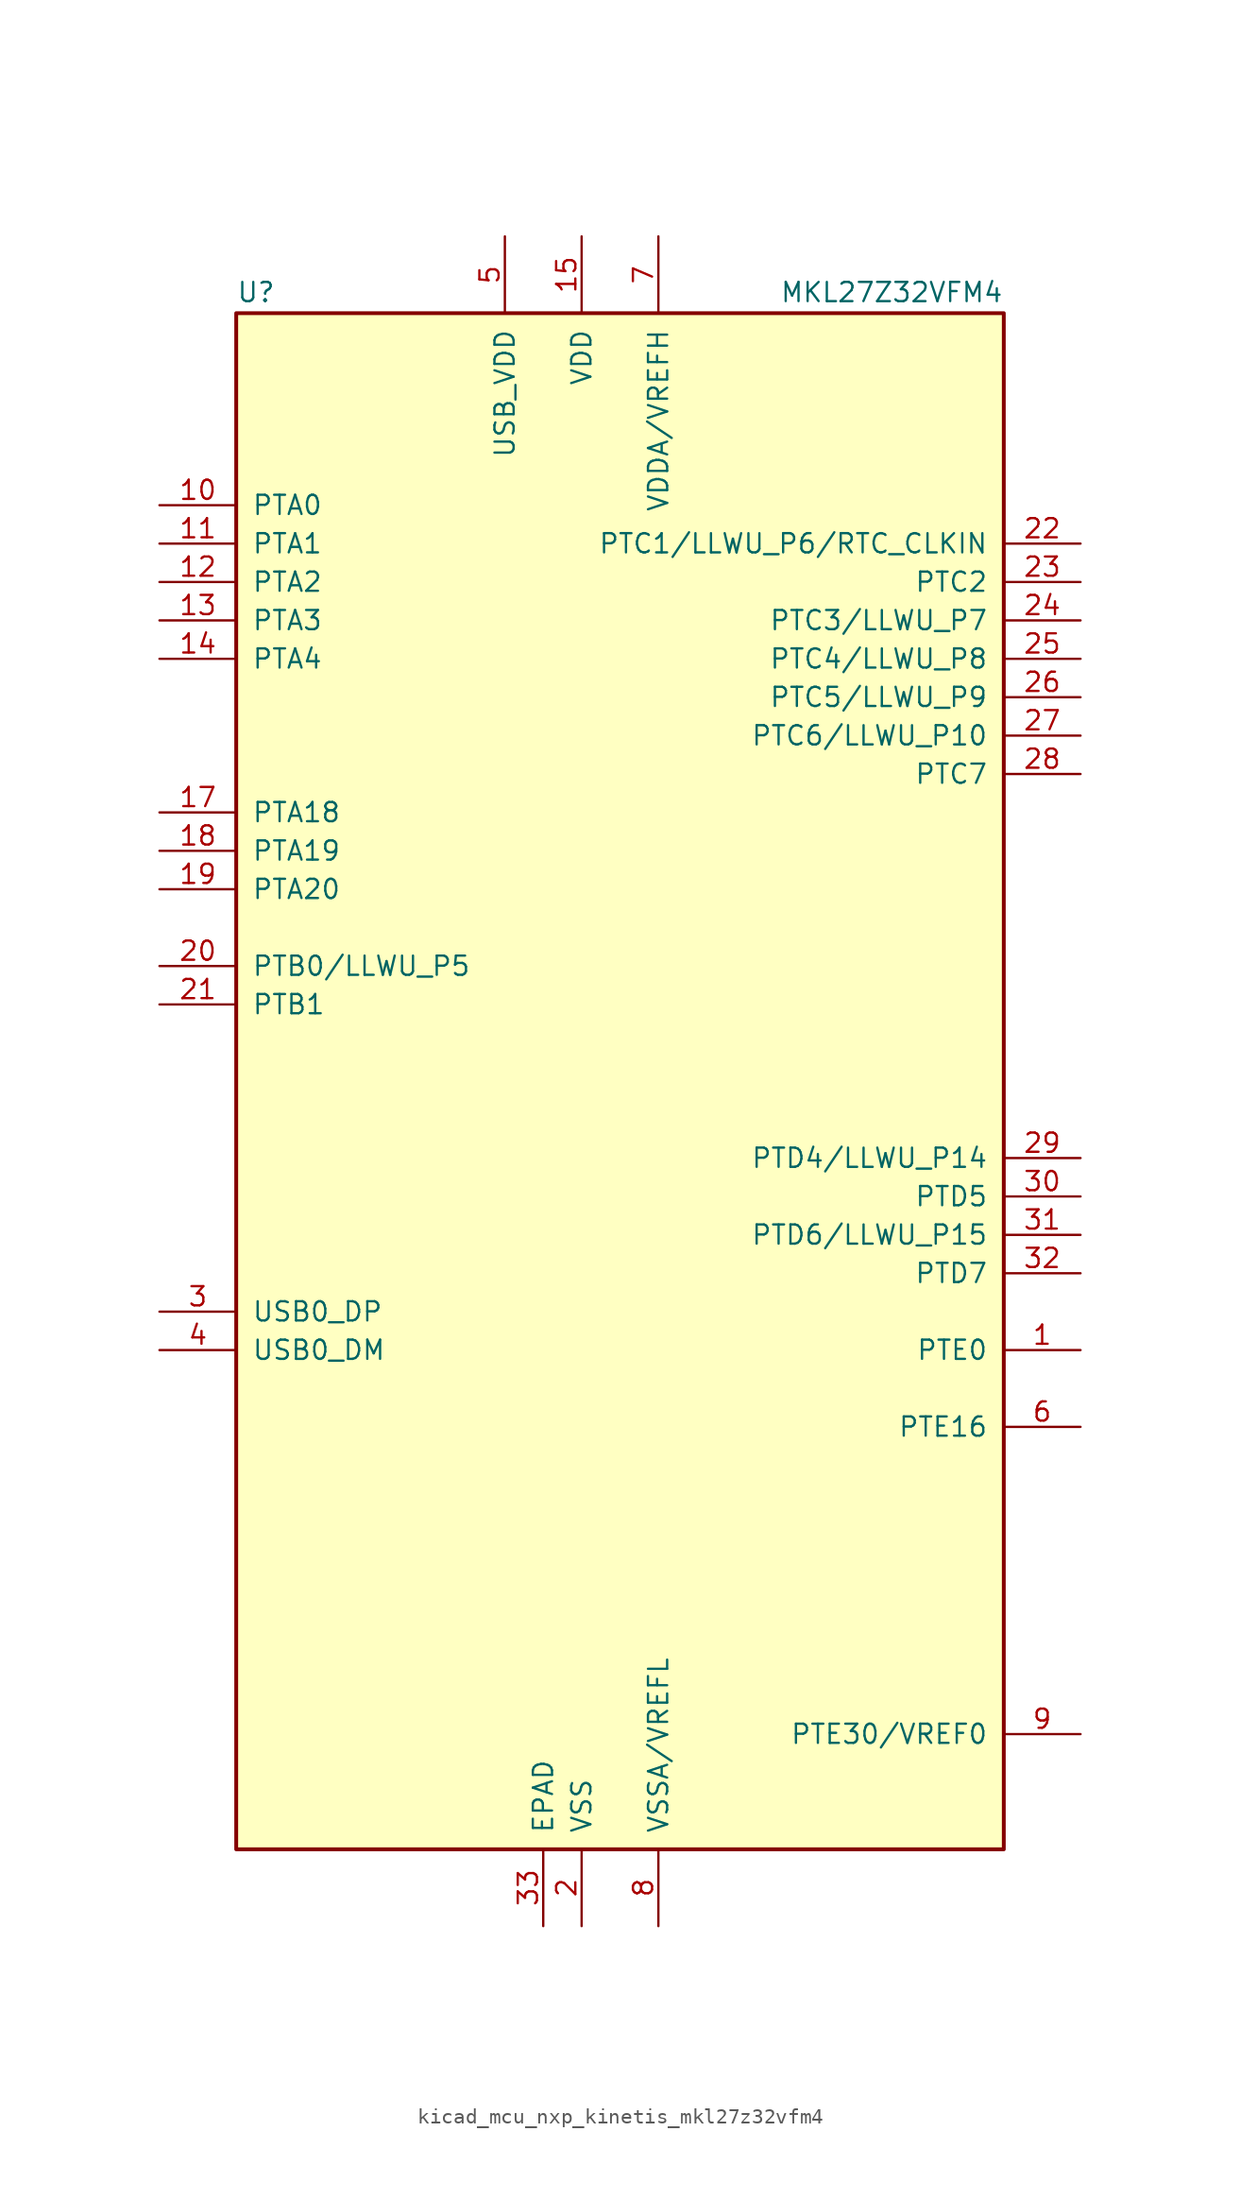
<source format=kicad_sym>
(kicad_symbol_lib
  (version 20220914)
  (generator kicad_symbol_editor)
  (symbol "kicad_mcu_nxp_kinetis_mkl27z32vfm4"
    (pin_names
      (offset 1.016))
    (property "Reference" "U"
      (at -25.4 51.435 0)
      (effects (font (size 1.27 1.27)) (justify left bottom)))
    (property "Value" "MKL27Z32VFM4"
      (at 25.4 51.435 0)
      (effects (font (size 1.27 1.27)) (justify right bottom)))
    (symbol "kicad_mcu_nxp_kinetis_mkl27z32vfm4_0_1"
      (rectangle (start -25.4 50.8) (end 25.4 -50.8) (stroke (width 0.254) (type default)) (fill (type background))))
    (symbol "kicad_mcu_nxp_kinetis_mkl27z32vfm4_1_1"
      (pin bidirectional line (at 30.48 -17.78 180) (length 5.08) (name "PTE0" (effects (font (size 1.27 1.27)))) (number "1" (effects (font (size 1.27 1.27)))))
      (pin bidirectional line (at -30.48 38.1 0) (length 5.08) (name "PTA0" (effects (font (size 1.27 1.27)))) (number "10" (effects (font (size 1.27 1.27)))))
      (pin bidirectional line (at -30.48 35.56 0) (length 5.08) (name "PTA1" (effects (font (size 1.27 1.27)))) (number "11" (effects (font (size 1.27 1.27)))))
      (pin bidirectional line (at -30.48 33.02 0) (length 5.08) (name "PTA2" (effects (font (size 1.27 1.27)))) (number "12" (effects (font (size 1.27 1.27)))))
      (pin bidirectional line (at -30.48 30.48 0) (length 5.08) (name "PTA3" (effects (font (size 1.27 1.27)))) (number "13" (effects (font (size 1.27 1.27)))))
      (pin bidirectional line (at -30.48 27.94 0) (length 5.08) (name "PTA4" (effects (font (size 1.27 1.27)))) (number "14" (effects (font (size 1.27 1.27)))))
      (pin power_in line (at -2.54 55.88 270) (length 5.08) (name "VDD" (effects (font (size 1.27 1.27)))) (number "15" (effects (font (size 1.27 1.27)))))
      (pin passive line (at -2.54 -55.88 90) (length 5.08) hide (name "VSS" (effects (font (size 1.27 1.27)))) (number "16" (effects (font (size 1.27 1.27)))))
      (pin bidirectional line (at -30.48 17.78 0) (length 5.08) (name "PTA18" (effects (font (size 1.27 1.27)))) (number "17" (effects (font (size 1.27 1.27)))))
      (pin bidirectional line (at -30.48 15.24 0) (length 5.08) (name "PTA19" (effects (font (size 1.27 1.27)))) (number "18" (effects (font (size 1.27 1.27)))))
      (pin bidirectional line (at -30.48 12.7 0) (length 5.08) (name "PTA20" (effects (font (size 1.27 1.27)))) (number "19" (effects (font (size 1.27 1.27)))))
      (pin power_in line (at -2.54 -55.88 90) (length 5.08) (name "VSS" (effects (font (size 1.27 1.27)))) (number "2" (effects (font (size 1.27 1.27)))))
      (pin bidirectional line (at -30.48 7.62 0) (length 5.08) (name "PTB0/LLWU_P5" (effects (font (size 1.27 1.27)))) (number "20" (effects (font (size 1.27 1.27)))))
      (pin bidirectional line (at -30.48 5.08 0) (length 5.08) (name "PTB1" (effects (font (size 1.27 1.27)))) (number "21" (effects (font (size 1.27 1.27)))))
      (pin bidirectional line (at 30.48 35.56 180) (length 5.08) (name "PTC1/LLWU_P6/RTC_CLKIN" (effects (font (size 1.27 1.27)))) (number "22" (effects (font (size 1.27 1.27)))))
      (pin bidirectional line (at 30.48 33.02 180) (length 5.08) (name "PTC2" (effects (font (size 1.27 1.27)))) (number "23" (effects (font (size 1.27 1.27)))))
      (pin bidirectional line (at 30.48 30.48 180) (length 5.08) (name "PTC3/LLWU_P7" (effects (font (size 1.27 1.27)))) (number "24" (effects (font (size 1.27 1.27)))))
      (pin bidirectional line (at 30.48 27.94 180) (length 5.08) (name "PTC4/LLWU_P8" (effects (font (size 1.27 1.27)))) (number "25" (effects (font (size 1.27 1.27)))))
      (pin bidirectional line (at 30.48 25.4 180) (length 5.08) (name "PTC5/LLWU_P9" (effects (font (size 1.27 1.27)))) (number "26" (effects (font (size 1.27 1.27)))))
      (pin bidirectional line (at 30.48 22.86 180) (length 5.08) (name "PTC6/LLWU_P10" (effects (font (size 1.27 1.27)))) (number "27" (effects (font (size 1.27 1.27)))))
      (pin bidirectional line (at 30.48 20.32 180) (length 5.08) (name "PTC7" (effects (font (size 1.27 1.27)))) (number "28" (effects (font (size 1.27 1.27)))))
      (pin bidirectional line (at 30.48 -5.08 180) (length 5.08) (name "PTD4/LLWU_P14" (effects (font (size 1.27 1.27)))) (number "29" (effects (font (size 1.27 1.27)))))
      (pin bidirectional line (at -30.48 -15.24 0) (length 5.08) (name "USB0_DP" (effects (font (size 1.27 1.27)))) (number "3" (effects (font (size 1.27 1.27)))))
      (pin bidirectional line (at 30.48 -7.62 180) (length 5.08) (name "PTD5" (effects (font (size 1.27 1.27)))) (number "30" (effects (font (size 1.27 1.27)))))
      (pin bidirectional line (at 30.48 -10.16 180) (length 5.08) (name "PTD6/LLWU_P15" (effects (font (size 1.27 1.27)))) (number "31" (effects (font (size 1.27 1.27)))))
      (pin bidirectional line (at 30.48 -12.7 180) (length 5.08) (name "PTD7" (effects (font (size 1.27 1.27)))) (number "32" (effects (font (size 1.27 1.27)))))
      (pin power_in line (at -5.08 -55.88 90) (length 5.08) (name "EPAD" (effects (font (size 1.27 1.27)))) (number "33" (effects (font (size 1.27 1.27)))))
      (pin bidirectional line (at -30.48 -17.78 0) (length 5.08) (name "USB0_DM" (effects (font (size 1.27 1.27)))) (number "4" (effects (font (size 1.27 1.27)))))
      (pin power_in line (at -7.62 55.88 270) (length 5.08) (name "USB_VDD" (effects (font (size 1.27 1.27)))) (number "5" (effects (font (size 1.27 1.27)))))
      (pin bidirectional line (at 30.48 -22.86 180) (length 5.08) (name "PTE16" (effects (font (size 1.27 1.27)))) (number "6" (effects (font (size 1.27 1.27)))))
      (pin power_in line (at 2.54 55.88 270) (length 5.08) (name "VDDA/VREFH" (effects (font (size 1.27 1.27)))) (number "7" (effects (font (size 1.27 1.27)))))
      (pin power_in line (at 2.54 -55.88 90) (length 5.08) (name "VSSA/VREFL" (effects (font (size 1.27 1.27)))) (number "8" (effects (font (size 1.27 1.27)))))
      (pin bidirectional line (at 30.48 -43.18 180) (length 5.08) (name "PTE30/VREF0" (effects (font (size 1.27 1.27)))) (number "9" (effects (font (size 1.27 1.27))))))))
</source>
